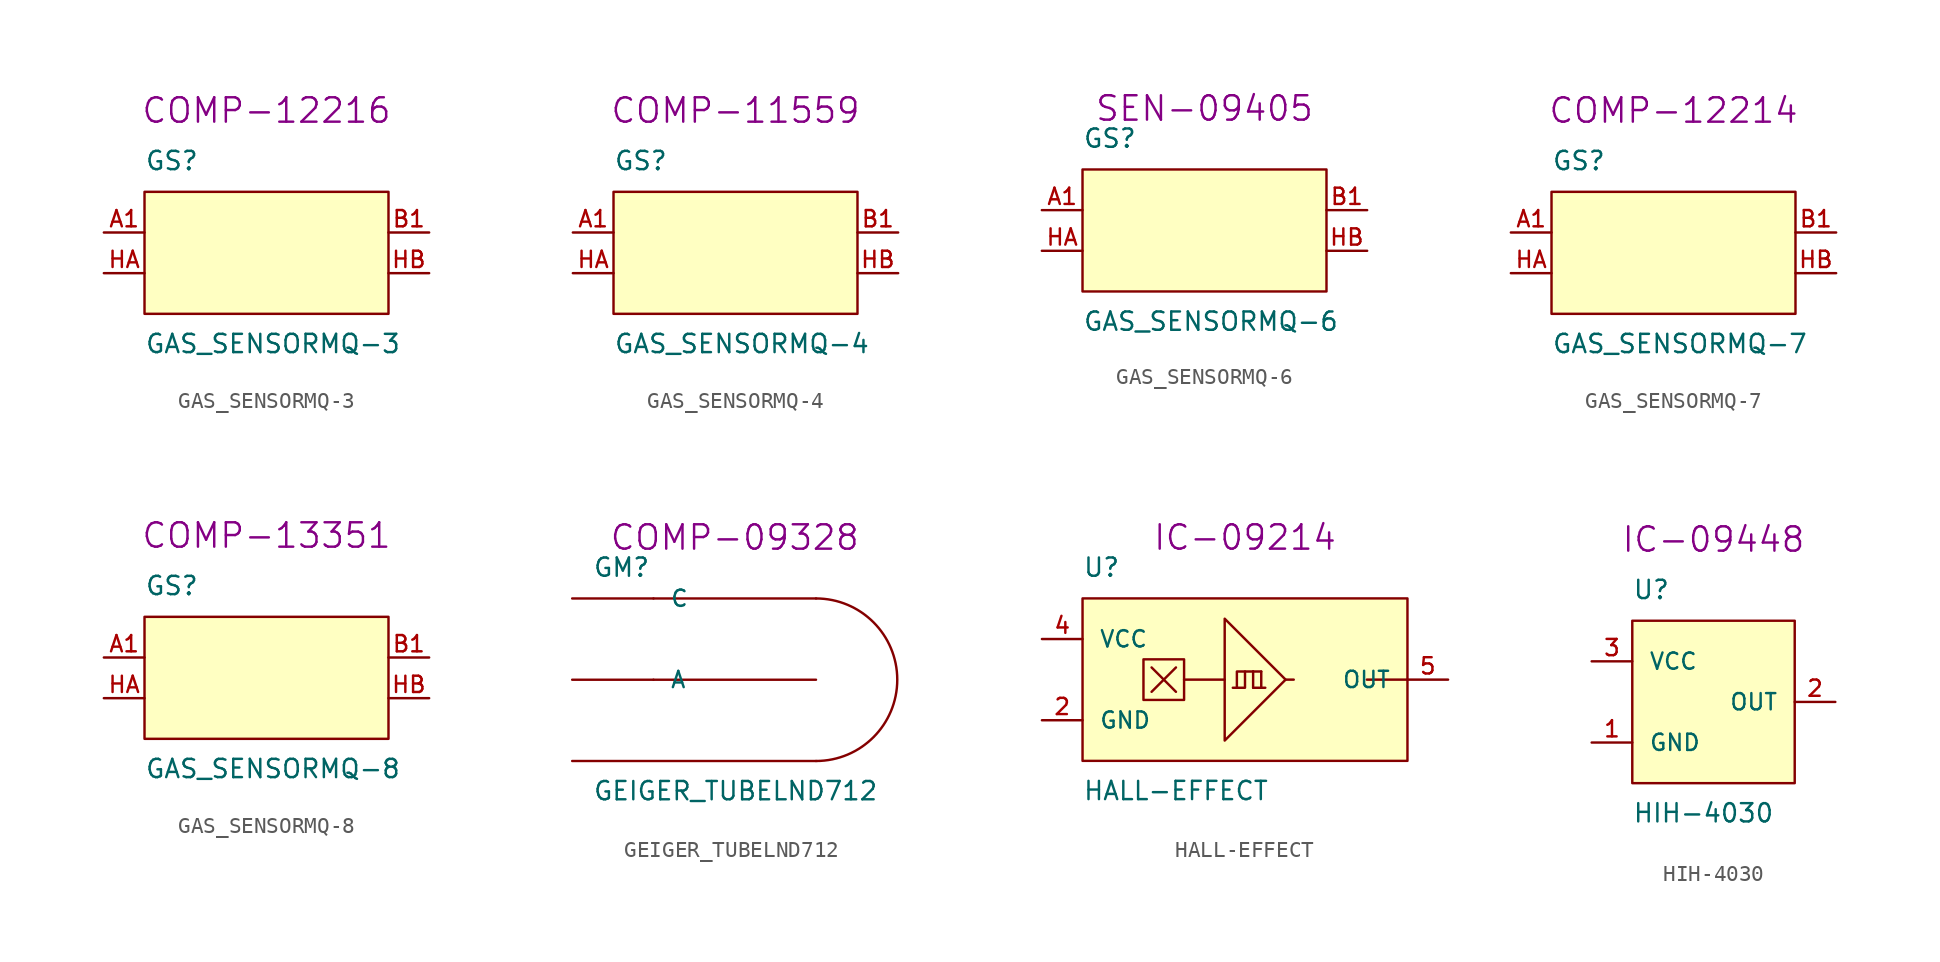
<source format=kicad_sym>
(kicad_symbol_lib
  (version 20220914)
  (generator kicad_symbol_editor)
  (symbol "GAS_SENSORMQ-3"
    (pin_names
      (offset 1.016) hide)
    (property "Reference" "GS"
      (at -7.62 6.35 0)
      (effects (font (size 1.143 1.143)) (justify left bottom)))
    (property "Value" "GAS_SENSORMQ-3"
      (at -7.62 -5.08 0)
      (effects (font (size 1.143 1.143)) (justify left bottom)))
    (property "Field4" "COMP-12216"
      (at 0 10.16 0)
      (effects (font (size 1.524 1.524))))
    (property "ki_locked" ""
      (at 0 0 0)
      (effects (font (size 1.27 1.27))))
    (symbol "GAS_SENSORMQ-3_1_1"
      (polyline (pts (xy -7.62 5.08) (xy -7.62 -2.54) (xy 7.62 -2.54) (xy 7.62 5.08) (xy -7.62 5.08)) (stroke (width 0) (type solid)) (fill (type background)))
      (pin bidirectional line (at -10.16 2.54 0) (length 2.54) (name "A1" (effects (font (size 1.016 1.016)))) (number "A1" (effects (font (size 1.016 1.016)))))
      (pin bidirectional line (at 10.16 2.54 180) (length 2.54) (name "B1" (effects (font (size 1.016 1.016)))) (number "B1" (effects (font (size 1.016 1.016)))))
      (pin bidirectional line (at -10.16 0 0) (length 2.54) (name "H1" (effects (font (size 1.016 1.016)))) (number "HA" (effects (font (size 1.016 1.016)))))
      (pin bidirectional line (at 10.16 0 180) (length 2.54) (name "H2" (effects (font (size 1.016 1.016)))) (number "HB" (effects (font (size 1.016 1.016)))))))
  (symbol "GAS_SENSORMQ-4"
    (pin_names
      (offset 1.016) hide)
    (property "Reference" "GS"
      (at -7.62 6.35 0)
      (effects (font (size 1.143 1.143)) (justify left bottom)))
    (property "Value" "GAS_SENSORMQ-4"
      (at -7.62 -5.08 0)
      (effects (font (size 1.143 1.143)) (justify left bottom)))
    (property "Field4" "COMP-11559"
      (at 0 10.16 0)
      (effects (font (size 1.524 1.524))))
    (property "ki_locked" ""
      (at 0 0 0)
      (effects (font (size 1.27 1.27))))
    (symbol "GAS_SENSORMQ-4_1_1"
      (polyline (pts (xy -7.62 5.08) (xy -7.62 -2.54) (xy 7.62 -2.54) (xy 7.62 5.08) (xy -7.62 5.08)) (stroke (width 0) (type solid)) (fill (type background)))
      (pin bidirectional line (at -10.16 2.54 0) (length 2.54) (name "A1" (effects (font (size 1.016 1.016)))) (number "A1" (effects (font (size 1.016 1.016)))))
      (pin bidirectional line (at 10.16 2.54 180) (length 2.54) (name "B1" (effects (font (size 1.016 1.016)))) (number "B1" (effects (font (size 1.016 1.016)))))
      (pin bidirectional line (at -10.16 0 0) (length 2.54) (name "H1" (effects (font (size 1.016 1.016)))) (number "HA" (effects (font (size 1.016 1.016)))))
      (pin bidirectional line (at 10.16 0 180) (length 2.54) (name "H2" (effects (font (size 1.016 1.016)))) (number "HB" (effects (font (size 1.016 1.016)))))))
  (symbol "GAS_SENSORMQ-6"
    (pin_names
      (offset 1.016) hide)
    (property "Reference" "GS"
      (at -7.62 6.35 0)
      (effects (font (size 1.143 1.143)) (justify left bottom)))
    (property "Value" "GAS_SENSORMQ-6"
      (at -7.62 -5.08 0)
      (effects (font (size 1.143 1.143)) (justify left bottom)))
    (property "Field4" "SEN-09405"
      (at 0 8.89 0)
      (effects (font (size 1.524 1.524))))
    (property "ki_locked" ""
      (at 0 0 0)
      (effects (font (size 1.27 1.27))))
    (symbol "GAS_SENSORMQ-6_1_1"
      (polyline (pts (xy -7.62 5.08) (xy -7.62 -2.54) (xy 7.62 -2.54) (xy 7.62 5.08) (xy -7.62 5.08)) (stroke (width 0) (type solid)) (fill (type background)))
      (pin bidirectional line (at -10.16 2.54 0) (length 2.54) (name "A1" (effects (font (size 1.016 1.016)))) (number "A1" (effects (font (size 1.016 1.016)))))
      (pin bidirectional line (at 10.16 2.54 180) (length 2.54) (name "B1" (effects (font (size 1.016 1.016)))) (number "B1" (effects (font (size 1.016 1.016)))))
      (pin bidirectional line (at -10.16 0 0) (length 2.54) (name "H1" (effects (font (size 1.016 1.016)))) (number "HA" (effects (font (size 1.016 1.016)))))
      (pin bidirectional line (at 10.16 0 180) (length 2.54) (name "H2" (effects (font (size 1.016 1.016)))) (number "HB" (effects (font (size 1.016 1.016)))))))
  (symbol "GAS_SENSORMQ-7"
    (pin_names
      (offset 1.016) hide)
    (property "Reference" "GS"
      (at -7.62 6.35 0)
      (effects (font (size 1.143 1.143)) (justify left bottom)))
    (property "Value" "GAS_SENSORMQ-7"
      (at -7.62 -5.08 0)
      (effects (font (size 1.143 1.143)) (justify left bottom)))
    (property "Field4" "COMP-12214"
      (at 0 10.16 0)
      (effects (font (size 1.524 1.524))))
    (property "ki_locked" ""
      (at 0 0 0)
      (effects (font (size 1.27 1.27))))
    (symbol "GAS_SENSORMQ-7_1_1"
      (polyline (pts (xy -7.62 5.08) (xy -7.62 -2.54) (xy 7.62 -2.54) (xy 7.62 5.08) (xy -7.62 5.08)) (stroke (width 0) (type solid)) (fill (type background)))
      (pin bidirectional line (at -10.16 2.54 0) (length 2.54) (name "A1" (effects (font (size 1.016 1.016)))) (number "A1" (effects (font (size 1.016 1.016)))))
      (pin bidirectional line (at 10.16 2.54 180) (length 2.54) (name "B1" (effects (font (size 1.016 1.016)))) (number "B1" (effects (font (size 1.016 1.016)))))
      (pin bidirectional line (at -10.16 0 0) (length 2.54) (name "H1" (effects (font (size 1.016 1.016)))) (number "HA" (effects (font (size 1.016 1.016)))))
      (pin bidirectional line (at 10.16 0 180) (length 2.54) (name "H2" (effects (font (size 1.016 1.016)))) (number "HB" (effects (font (size 1.016 1.016)))))))
  (symbol "GAS_SENSORMQ-8"
    (pin_names
      (offset 1.016) hide)
    (property "Reference" "GS"
      (at -7.62 6.35 0)
      (effects (font (size 1.143 1.143)) (justify left bottom)))
    (property "Value" "GAS_SENSORMQ-8"
      (at -7.62 -5.08 0)
      (effects (font (size 1.143 1.143)) (justify left bottom)))
    (property "Field4" "COMP-13351"
      (at 0 10.16 0)
      (effects (font (size 1.524 1.524))))
    (property "ki_locked" ""
      (at 0 0 0)
      (effects (font (size 1.27 1.27))))
    (symbol "GAS_SENSORMQ-8_1_1"
      (polyline (pts (xy -7.62 5.08) (xy -7.62 -2.54) (xy 7.62 -2.54) (xy 7.62 5.08) (xy -7.62 5.08)) (stroke (width 0) (type solid)) (fill (type background)))
      (pin bidirectional line (at -10.16 2.54 0) (length 2.54) (name "A1" (effects (font (size 1.016 1.016)))) (number "A1" (effects (font (size 1.016 1.016)))))
      (pin bidirectional line (at 10.16 2.54 180) (length 2.54) (name "B1" (effects (font (size 1.016 1.016)))) (number "B1" (effects (font (size 1.016 1.016)))))
      (pin bidirectional line (at -10.16 0 0) (length 2.54) (name "H1" (effects (font (size 1.016 1.016)))) (number "HA" (effects (font (size 1.016 1.016)))))
      (pin bidirectional line (at 10.16 0 180) (length 2.54) (name "H2" (effects (font (size 1.016 1.016)))) (number "HB" (effects (font (size 1.016 1.016)))))))
  (symbol "GEIGER_TUBELND712"
    (pin_numbers hide)
    (pin_names
      (offset 1.016))
    (property "Reference" "GM"
      (at -8.89 6.35 0)
      (effects (font (size 1.143 1.143)) (justify left bottom)))
    (property "Value" "GEIGER_TUBELND712"
      (at -8.89 -7.62 0)
      (effects (font (size 1.143 1.143)) (justify left bottom)))
    (property "Field4" "COMP-09328"
      (at 0 8.89 0)
      (effects (font (size 1.524 1.524))))
    (property "ki_locked" ""
      (at 0 0 0)
      (effects (font (size 1.27 1.27))))
    (symbol "GEIGER_TUBELND712_1_0"
      (polyline (pts (xy -5.08 0) (xy 5.08 0)) (stroke (width 0) (type solid)) (fill (type none)))
      (polyline (pts (xy -5.08 5.08) (xy 5.08 5.08)) (stroke (width 0) (type solid)) (fill (type none)))
      (polyline (pts (xy 5.08 -5.08) (xy -10.16 -5.08)) (stroke (width 0) (type solid)) (fill (type none))))
    (symbol "GEIGER_TUBELND712_1_1"
      (arc (start 5.08 -5.08) (mid 10.1379 0) (end 5.08 5.08) (stroke (width 0) (type solid)) (fill (type none)))
      (pin bidirectional line (at -10.16 0 0) (length 5.08) (name "A" (effects (font (size 1.016 1.016)))) (number "A" (effects (font (size 1.016 1.016)))))
      (pin bidirectional line (at -10.16 5.08 0) (length 5.08) (name "C" (effects (font (size 1.016 1.016)))) (number "C" (effects (font (size 1.016 1.016)))))))
  (symbol "HALL-EFFECT"
    (pin_names
      (offset 1.016))
    (property "Reference" "U"
      (at -10.16 6.35 0)
      (effects (font (size 1.143 1.143)) (justify left bottom)))
    (property "Value" "HALL-EFFECT"
      (at -10.16 -7.62 0)
      (effects (font (size 1.143 1.143)) (justify left bottom)))
    (property "Field4" "IC-09214"
      (at 0 8.89 0)
      (effects (font (size 1.524 1.524))))
    (property "ki_locked" ""
      (at 0 0 0)
      (effects (font (size 1.27 1.27))))
    (symbol "HALL-EFFECT_1_0"
      (polyline (pts (xy -4.318 -0.762) (xy -5.842 0.762)) (stroke (width 0) (type solid)) (fill (type none)))
      (polyline (pts (xy -4.318 0.762) (xy -5.842 -0.762)) (stroke (width 0) (type solid)) (fill (type none)))
      (polyline (pts (xy -3.81 0) (xy -1.27 0)) (stroke (width 0) (type solid)) (fill (type none)))
      (polyline (pts (xy -0.762 -0.508) (xy -0.508 -0.508)) (stroke (width 0) (type solid)) (fill (type none)))
      (polyline (pts (xy 0 0.508) (xy 0.508 0.508)) (stroke (width 0) (type solid)) (fill (type none)))
      (polyline (pts (xy 0.508 -0.508) (xy 1.016 -0.508)) (stroke (width 0) (type solid)) (fill (type none)))
      (polyline (pts (xy 0.508 0.508) (xy 0.508 -0.508)) (stroke (width 0) (type solid)) (fill (type none)))
      (polyline (pts (xy 0.508 0.508) (xy 1.016 0.508)) (stroke (width 0) (type solid)) (fill (type none)))
      (polyline (pts (xy 1.016 -0.508) (xy 1.27 -0.508)) (stroke (width 0) (type solid)) (fill (type none)))
      (polyline (pts (xy 1.016 0.508) (xy 1.016 -0.508)) (stroke (width 0) (type solid)) (fill (type none)))
      (polyline (pts (xy 2.54 0) (xy 3.048 0)) (stroke (width 0) (type solid)) (fill (type none)))
      (polyline (pts (xy 10.16 0) (xy 7.62 0)) (stroke (width 0) (type solid)) (fill (type none))))
    (symbol "HALL-EFFECT_1_1"
      (polyline (pts (xy -1.27 3.81) (xy -1.27 -3.81) (xy 2.54 0) (xy -1.27 3.81)) (stroke (width 0) (type solid)) (fill (type background)))
      (polyline (pts (xy 0 0.508) (xy 0 -0.508) (xy -0.508 -0.508) (xy -0.508 0.508) (xy 0 0.508)) (stroke (width 0) (type solid)) (fill (type background)))
      (polyline (pts (xy -10.16 5.08) (xy 10.16 5.08) (xy 10.16 0) (xy 10.16 -5.08) (xy -10.16 -5.08) (xy -10.16 5.08)) (stroke (width 0) (type solid)) (fill (type background)))
      (polyline (pts (xy -6.35 1.27) (xy -3.81 1.27) (xy -3.81 0) (xy -3.81 -1.27) (xy -6.35 -1.27) (xy -6.35 1.27)) (stroke (width 0) (type solid)) (fill (type background)))
      (pin bidirectional line (at -12.7 -2.54 0) (length 2.54) (name "GND" (effects (font (size 1.016 1.016)))) (number "2" (effects (font (size 1.016 1.016)))))
      (pin bidirectional line (at -12.7 2.54 0) (length 2.54) (name "VCC" (effects (font (size 1.016 1.016)))) (number "4" (effects (font (size 1.016 1.016)))))
      (pin bidirectional line (at 12.7 0 180) (length 2.54) (name "OUT" (effects (font (size 1.016 1.016)))) (number "5" (effects (font (size 1.016 1.016)))))))
  (symbol "HIH-4030"
    (pin_names
      (offset 1.016))
    (property "Reference" "U"
      (at -5.08 6.35 0)
      (effects (font (size 1.143 1.143)) (justify left bottom)))
    (property "Value" "HIH-4030"
      (at -5.08 -7.62 0)
      (effects (font (size 1.143 1.143)) (justify left bottom)))
    (property "Field4" "IC-09448"
      (at 0 10.16 0)
      (effects (font (size 1.524 1.524))))
    (property "ki_locked" ""
      (at 0 0 0)
      (effects (font (size 1.27 1.27))))
    (symbol "HIH-4030_1_1"
      (polyline (pts (xy -5.08 5.08) (xy -5.08 -5.08) (xy 5.08 -5.08) (xy 5.08 5.08) (xy -5.08 5.08)) (stroke (width 0) (type solid)) (fill (type background)))
      (pin bidirectional line (at -7.62 -2.54 0) (length 2.54) (name "GND" (effects (font (size 1.016 1.016)))) (number "1" (effects (font (size 1.016 1.016)))))
      (pin bidirectional line (at 7.62 0 180) (length 2.54) (name "OUT" (effects (font (size 1.016 1.016)))) (number "2" (effects (font (size 1.016 1.016)))))
      (pin bidirectional line (at -7.62 2.54 0) (length 2.54) (name "VCC" (effects (font (size 1.016 1.016)))) (number "3" (effects (font (size 1.016 1.016))))))))
</source>
